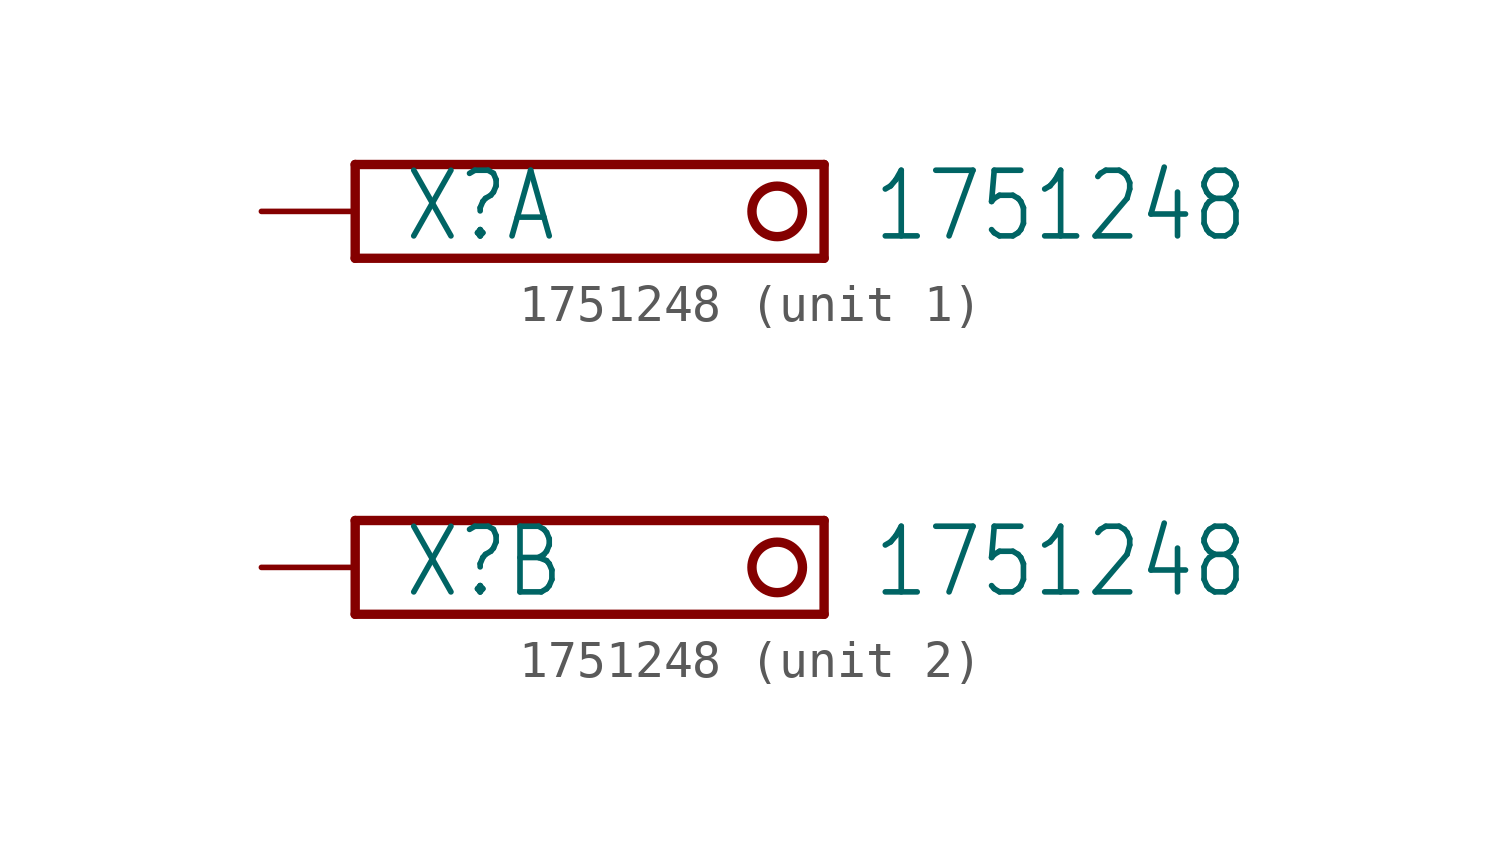
<source format=kicad_sym>
(kicad_symbol_lib
  (version 20211014)
  (generator kicad_symbol_editor)
  (symbol "1751248"
    (property "Reference" "X"
      (at 1.27 -0.889 0)
      (effects (font (size 1.778 1.511)) (justify left bottom)))
    (property "Value" "1751248"
      (at 13.97 -0.889 0)
      (effects (font (size 1.778 1.511)) (justify left bottom)))
    (property "ki_locked" ""
      (at 0 0 0)
      (effects (font (size 1.27 1.27))))
    (symbol "1751248_1_0"
      (polyline (pts (xy 0 -1.27) (xy 0 1.27)) (stroke (width 0.254) (type default) (color 0 0 0 0)) (fill (type none)))
      (polyline (pts (xy 0 1.27) (xy 12.7 1.27)) (stroke (width 0.254) (type default) (color 0 0 0 0)) (fill (type none)))
      (polyline (pts (xy 12.7 -1.27) (xy 0 -1.27)) (stroke (width 0.254) (type default) (color 0 0 0 0)) (fill (type none)))
      (polyline (pts (xy 12.7 -1.27) (xy 12.7 1.27)) (stroke (width 0.254) (type default) (color 0 0 0 0)) (fill (type none)))
      (circle (center 11.43 0) (radius 0.684) (stroke (width 0.254) (type default) (color 0 0 0 0)) (fill (type none)))
      (pin passive line (at -2.54 0 0) (length 2.54) (name "K" (effects (font (size 0 0)))) (number "1" (effects (font (size 0 0))))))
    (symbol "1751248_2_0"
      (polyline (pts (xy 0 -1.27) (xy 0 1.27)) (stroke (width 0.254) (type default) (color 0 0 0 0)) (fill (type none)))
      (polyline (pts (xy 0 1.27) (xy 12.7 1.27)) (stroke (width 0.254) (type default) (color 0 0 0 0)) (fill (type none)))
      (polyline (pts (xy 12.7 -1.27) (xy 0 -1.27)) (stroke (width 0.254) (type default) (color 0 0 0 0)) (fill (type none)))
      (polyline (pts (xy 12.7 -1.27) (xy 12.7 1.27)) (stroke (width 0.254) (type default) (color 0 0 0 0)) (fill (type none)))
      (circle (center 11.43 0) (radius 0.684) (stroke (width 0.254) (type default) (color 0 0 0 0)) (fill (type none)))
      (pin passive line (at -2.54 0 0) (length 2.54) (name "K" (effects (font (size 0 0)))) (number "2" (effects (font (size 0 0))))))))
</source>
